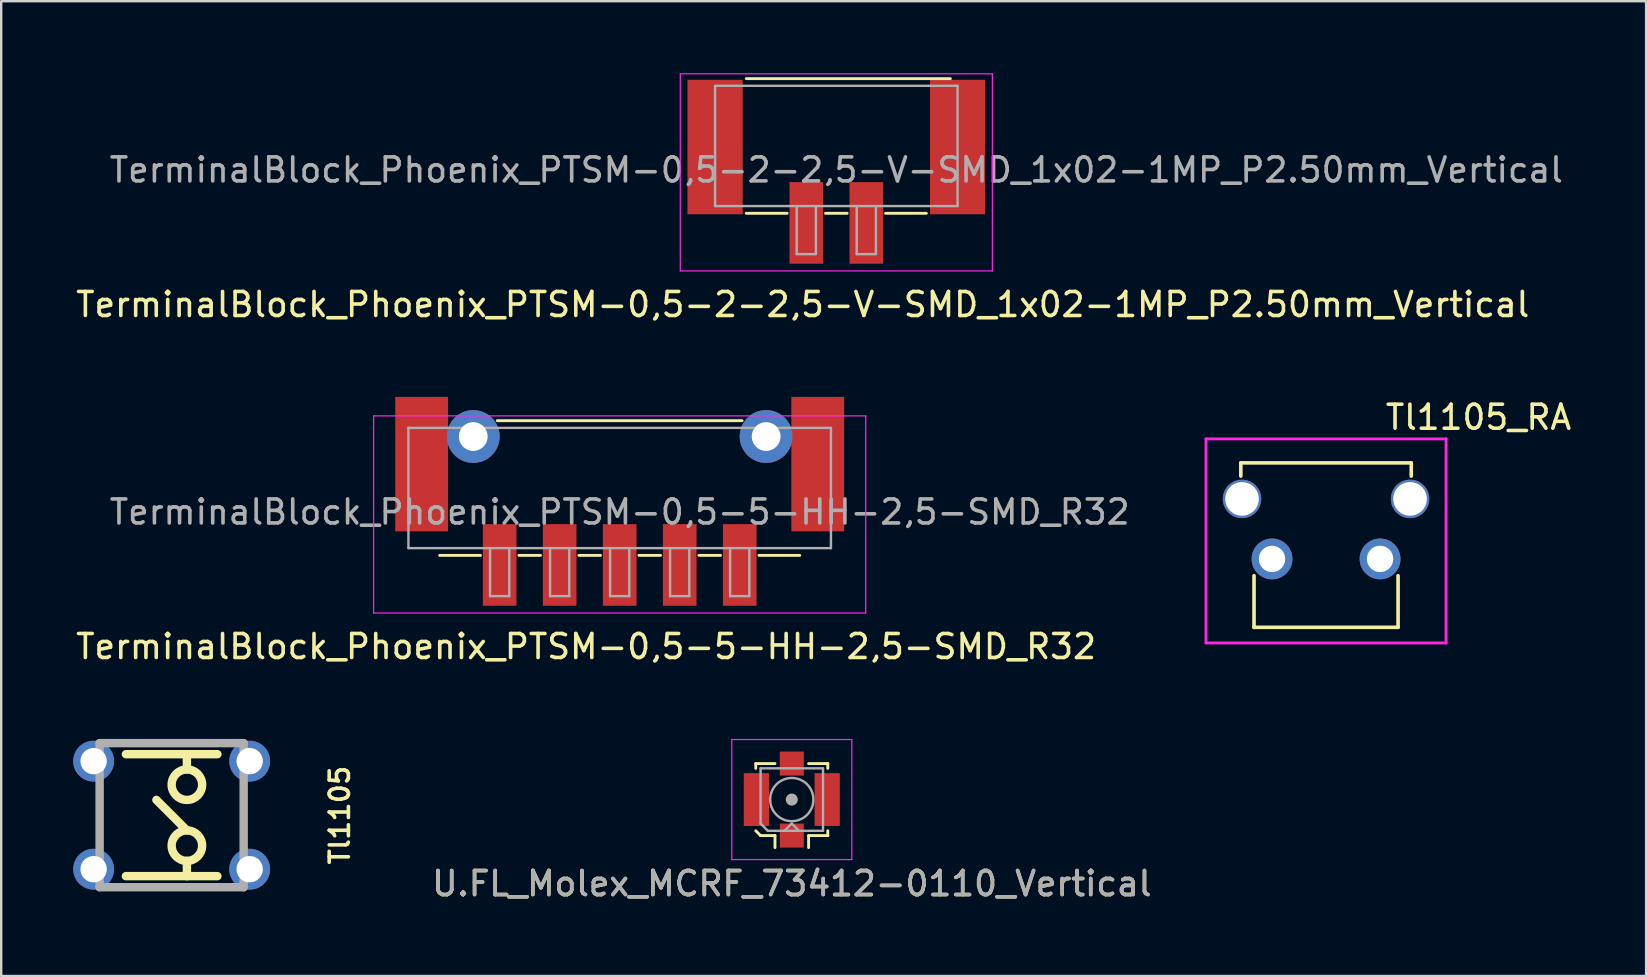
<source format=kicad_pcb>
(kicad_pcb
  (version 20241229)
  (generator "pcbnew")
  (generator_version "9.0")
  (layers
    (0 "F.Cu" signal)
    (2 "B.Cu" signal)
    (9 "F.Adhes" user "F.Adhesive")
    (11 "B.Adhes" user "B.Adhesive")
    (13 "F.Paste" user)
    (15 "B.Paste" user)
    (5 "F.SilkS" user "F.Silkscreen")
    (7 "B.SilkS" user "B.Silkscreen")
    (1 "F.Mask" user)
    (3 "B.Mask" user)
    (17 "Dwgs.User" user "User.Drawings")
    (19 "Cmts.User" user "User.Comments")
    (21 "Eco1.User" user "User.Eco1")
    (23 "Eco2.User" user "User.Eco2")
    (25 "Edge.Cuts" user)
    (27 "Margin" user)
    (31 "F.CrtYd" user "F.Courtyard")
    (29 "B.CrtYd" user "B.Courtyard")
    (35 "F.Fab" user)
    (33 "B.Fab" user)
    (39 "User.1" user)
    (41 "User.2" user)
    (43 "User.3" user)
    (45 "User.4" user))
  (footprint "TerminalBlock_Phoenix_PTSM-0,5-2-2,5-V-SMD_1x02-1MP_P2.50mm_Vertical"
    (layer "F.Cu")
    (at 31.787 4.105)
    (property "Reference" "TerminalBlock_Phoenix_PTSM-0,5-2-2,5-V-SMD_1x02-1MP_P2.50mm_Vertical" (at -1.4 5.53 0) (layer "F.SilkS") (effects (font (size 1 1) (thickness 0.15))))
    (attr smd)
    (fp_line (start -3.75 -3.88) (end 4.75 -3.88) (stroke (width 0.12) (type solid)) (layer "F.SilkS"))
    (fp_line (start -2.05 1.73) (end -3.75 1.73) (stroke (width 0.12) (type solid)) (layer "F.SilkS"))
    (fp_line (start 0.45 1.73) (end -0.45 1.73) (stroke (width 0.12) (type solid)) (layer "F.SilkS"))
    (fp_line (start 3.75 1.73) (end 2.05 1.73) (stroke (width 0.12) (type solid)) (layer "F.SilkS"))
    (fp_line (start -6.5 -4.08) (end 6.5 -4.08) (stroke (width 0.05) (type solid)) (layer "F.CrtYd"))
    (fp_line (start -6.5 4.13) (end -6.5 -4.08) (stroke (width 0.05) (type solid)) (layer "F.CrtYd"))
    (fp_line (start 6.5 -4.08) (end 6.5 4.13) (stroke (width 0.05) (type solid)) (layer "F.CrtYd"))
    (fp_line (start 6.5 4.13) (end -6.5 4.13) (stroke (width 0.05) (type solid)) (layer "F.CrtYd"))
    (fp_line (start -5.05 -3.58) (end 5.05 -3.58) (stroke (width 0.1) (type solid)) (layer "F.Fab"))
    (fp_line (start -5.05 1.43) (end -5.05 -3.58) (stroke (width 0.1) (type solid)) (layer "F.Fab"))
    (fp_line (start -1.65 1.43) (end -1.65 3.43) (stroke (width 0.1) (type solid)) (layer "F.Fab"))
    (fp_line (start -1.65 3.43) (end -0.85 3.43) (stroke (width 0.1) (type solid)) (layer "F.Fab"))
    (fp_line (start -0.85 1.43) (end -0.85 3.43) (stroke (width 0.1) (type solid)) (layer "F.Fab"))
    (fp_line (start 0.85 1.43) (end 0.85 3.43) (stroke (width 0.1) (type solid)) (layer "F.Fab"))
    (fp_line (start 0.85 3.43) (end 1.65 3.43) (stroke (width 0.1) (type solid)) (layer "F.Fab"))
    (fp_line (start 1.65 1.43) (end 1.65 3.43) (stroke (width 0.1) (type solid)) (layer "F.Fab"))
    (fp_line (start 5.05 1.43) (end -5.05 1.43) (stroke (width 0.1) (type solid)) (layer "F.Fab"))
    (fp_line (start 5.05 1.43) (end 5.05 -3.58) (stroke (width 0.1) (type solid)) (layer "F.Fab"))
    (fp_text user "${REFERENCE}" (at 0 -0.075 0) (layer "F.Fab") (effects (font (size 1 1) (thickness 0.15))))
    (pad "1" smd rect (at -1.25 2.13 180) (size 1.4 3.4) (layers "F.Cu" "F.Mask" "F.Paste"))
    (pad "2" smd rect (at 1.25 2.13 180) (size 1.4 3.4) (layers "F.Cu" "F.Mask" "F.Paste"))
    (pad "MP" smd rect (at -5.05 -1.03 180) (size 2.3 5.6) (layers "F.Cu" "F.Mask" "F.Paste"))
    (pad "MP" smd rect (at 5.05 -1.03 180) (size 2.3 5.6) (layers "F.Cu" "F.Mask" "F.Paste")))
  (footprint "Tl1105"
    (layer "F.Cu")
    (at 4.1 30.906)
    (property "Reference" "Tl1105" (at 7 0 90) (layer "F.SilkS") (effects (font (size 0.8 0.8) (thickness 0.15))))
    (attr through_hole)
    (fp_line (start -1.905 -2.54) (end 1.905 -2.54) (stroke (width 0.35) (type solid)) (layer "F.SilkS"))
    (fp_line (start -1.905 2.54) (end 1.905 2.54) (stroke (width 0.35) (type solid)) (layer "F.SilkS"))
    (fp_line (start 0.635 -1.905) (end 0.635 -2.54) (stroke (width 0.35) (type solid)) (layer "F.SilkS"))
    (fp_line (start 0.635 0.635) (end -0.635 -0.635) (stroke (width 0.35) (type solid)) (layer "F.SilkS"))
    (fp_line (start 0.635 1.905) (end 0.635 2.54) (stroke (width 0.35) (type solid)) (layer "F.SilkS"))
    (fp_circle (center 0.635 -1.27) (end 0.635 -0.635) (stroke (width 0.35) (type solid)) (fill no) (layer "F.SilkS"))
    (fp_circle (center 0.635 1.27) (end 0.635 0.635) (stroke (width 0.35) (type solid)) (fill no) (layer "F.SilkS"))
    (fp_line (start -3 -3) (end 3 -3) (stroke (width 0.35) (type solid)) (layer "F.Fab"))
    (fp_line (start -3 3) (end -3 -3) (stroke (width 0.35) (type solid)) (layer "F.Fab"))
    (fp_line (start 3 -3) (end 3 3) (stroke (width 0.35) (type solid)) (layer "F.Fab"))
    (fp_line (start 3 3) (end -3 3) (stroke (width 0.35) (type solid)) (layer "F.Fab"))
    (pad "1" thru_hole circle (at -3.25 2.25 90) (size 1.7 1.7) (drill 1.1) (layers "*.Cu" "*.Mask"))
    (pad "2" thru_hole circle (at 3.25 2.25 90) (size 1.7 1.7) (drill 1.1) (layers "*.Cu" "*.Mask"))
    (pad "3" thru_hole circle (at -3.25 -2.25 90) (size 1.7 1.7) (drill 1.1) (layers "*.Cu" "*.Mask"))
    (pad "4" thru_hole circle (at 3.25 -2.25 90) (size 1.7 1.7) (drill 1.1) (layers "*.Cu" "*.Mask")))
  (footprint "U.FL_Molex_MCRF_73412-0110_Vertical"
    (layer "F.Cu")
    (at 29.932 30.256)
    (property "Reference" "U.FL_Molex_MCRF_73412-0110_Vertical" (at 0 3.5 0) (layer "F.SilkS") (effects (font (size 1 1) (thickness 0.15))))
    (attr smd)
    (fp_line (start -1.5 -1.5) (end -0.7 -1.5) (stroke (width 0.12) (type solid)) (layer "F.SilkS"))
    (fp_line (start -1.5 -1.3) (end -1.5 -1.5) (stroke (width 0.12) (type solid)) (layer "F.SilkS"))
    (fp_line (start -1.3 1.5) (end -1.5 1.3) (stroke (width 0.12) (type solid)) (layer "F.SilkS"))
    (fp_line (start -0.7 1.5) (end -1.3 1.5) (stroke (width 0.12) (type solid)) (layer "F.SilkS"))
    (fp_line (start -0.7 1.5) (end -0.7 2) (stroke (width 0.12) (type solid)) (layer "F.SilkS"))
    (fp_line (start 0.7 -1.5) (end 1.5 -1.5) (stroke (width 0.12) (type solid)) (layer "F.SilkS"))
    (fp_line (start 0.7 1.5) (end 0.7 2) (stroke (width 0.12) (type solid)) (layer "F.SilkS"))
    (fp_line (start 1.5 -1.5) (end 1.5 -1.3) (stroke (width 0.12) (type solid)) (layer "F.SilkS"))
    (fp_line (start 1.5 1.3) (end 1.5 1.5) (stroke (width 0.12) (type solid)) (layer "F.SilkS"))
    (fp_line (start 1.5 1.5) (end 0.7 1.5) (stroke (width 0.12) (type solid)) (layer "F.SilkS"))
    (fp_line (start -2.5 -2.5) (end -2.5 2.5) (stroke (width 0.05) (type solid)) (layer "F.CrtYd"))
    (fp_line (start -2.5 2.5) (end 2.5 2.5) (stroke (width 0.05) (type solid)) (layer "F.CrtYd"))
    (fp_line (start 2.5 -2.5) (end -2.5 -2.5) (stroke (width 0.05) (type solid)) (layer "F.CrtYd"))
    (fp_line (start 2.5 2.5) (end 2.5 -2.5) (stroke (width 0.05) (type solid)) (layer "F.CrtYd"))
    (fp_line (start -1.3 -1.3) (end -1.3 1) (stroke (width 0.1) (type solid)) (layer "F.Fab"))
    (fp_line (start -1.3 -1.3) (end 1.3 -1.3) (stroke (width 0.1) (type solid)) (layer "F.Fab"))
    (fp_line (start -1.3 1) (end -1 1.3) (stroke (width 0.1) (type solid)) (layer "F.Fab"))
    (fp_line (start -1 1.3) (end 1.3 1.3) (stroke (width 0.1) (type solid)) (layer "F.Fab"))
    (fp_line (start -0.3 1.3) (end 0 1) (stroke (width 0.1) (type solid)) (layer "F.Fab"))
    (fp_line (start 0 1) (end 0.3 1.3) (stroke (width 0.1) (type solid)) (layer "F.Fab"))
    (fp_line (start 1.3 -1.3) (end 1.3 1.3) (stroke (width 0.1) (type solid)) (layer "F.Fab"))
    (fp_circle (center 0 0) (end 0 0.05) (stroke (width 0.1) (type solid)) (fill no) (layer "F.Fab"))
    (fp_circle (center 0 0) (end 0 0.125) (stroke (width 0.1) (type solid)) (fill no) (layer "F.Fab"))
    (fp_circle (center 0 0) (end 0 0.2) (stroke (width 0.1) (type solid)) (fill no) (layer "F.Fab"))
    (fp_circle (center 0 0) (end 0.9 0) (stroke (width 0.1) (type solid)) (fill no) (layer "F.Fab"))
    (fp_text user "${REFERENCE}" (at 0 3.5 0) (layer "F.Fab") (effects (font (size 1 1) (thickness 0.15))))
    (pad "1" smd rect (at 0 1.5) (size 1 1) (layers "F.Cu" "F.Mask" "F.Paste"))
    (pad "2" smd rect (at -1.475 0) (size 1.05 2.2) (layers "F.Cu" "F.Mask" "F.Paste"))
    (pad "2" smd rect (at 0 -1.5) (size 1 1) (layers "F.Cu" "F.Mask" "F.Paste"))
    (pad "2" smd rect (at 1.475 0) (size 1.05 2.2) (layers "F.Cu" "F.Mask" "F.Paste")))
  (footprint "Tl1105_RA"
    (layer "F.Cu")
    (at 52.186 20.232)
    (property "Reference" "Tl1105_RA" (at 6.35 -5.9 0) (layer "F.SilkS") (effects (font (size 1 1) (thickness 0.15))))
    (attr through_hole)
    (fp_line (start -3.55 -4) (end -3.55 -3.45) (stroke (width 0.15) (type solid)) (layer "F.SilkS"))
    (fp_line (start -3 2.85) (end -3 0.7) (stroke (width 0.15) (type solid)) (layer "F.SilkS"))
    (fp_line (start -3 2.85) (end 3 2.85) (stroke (width 0.15) (type solid)) (layer "F.SilkS"))
    (fp_line (start 3 2.85) (end 3 0.7) (stroke (width 0.15) (type solid)) (layer "F.SilkS"))
    (fp_line (start 3.55 -4) (end -3.55 -4) (stroke (width 0.15) (type solid)) (layer "F.SilkS"))
    (fp_line (start 3.55 -4) (end 3.55 -3.45) (stroke (width 0.15) (type solid)) (layer "F.SilkS"))
    (fp_line (start -5 -5) (end -5 3.5) (stroke (width 0.12) (type solid)) (layer "F.CrtYd"))
    (fp_line (start -5 -5) (end 5 -5) (stroke (width 0.12) (type solid)) (layer "F.CrtYd"))
    (fp_line (start -5 3.5) (end 5 3.5) (stroke (width 0.12) (type solid)) (layer "F.CrtYd"))
    (fp_line (start 5 -5) (end 5 3.5) (stroke (width 0.12) (type solid)) (layer "F.CrtYd"))
    (pad "" thru_hole circle (at -3.5 -2.5 90) (size 1.6 1.6) (drill 1.4) (layers "*.Cu" "*.Mask"))
    (pad "" thru_hole circle (at 3.5 -2.5 90) (size 1.6 1.6) (drill 1.4) (layers "*.Cu" "*.Mask"))
    (pad "1" thru_hole circle (at -2.25 0 90) (size 1.7 1.7) (drill 1.1) (layers "*.Cu" "*.Mask"))
    (pad "2" thru_hole circle (at 2.25 0 90) (size 1.7 1.7) (drill 1.1) (layers "*.Cu" "*.Mask")))
  (footprint "TerminalBlock_Phoenix_PTSM-0,5-5-HH-2,5-SMD_R32"
    (layer "F.Cu")
    (at 22.763 18.353)
    (property "Reference" "TerminalBlock_Phoenix_PTSM-0,5-5-HH-2,5-SMD_R32" (at -1.4 5.53 0) (layer "F.SilkS") (effects (font (size 1 1) (thickness 0.15))))
    (attr smd)
    (fp_line (start -5.8 1.73) (end -7.5 1.73) (stroke (width 0.12) (type solid)) (layer "F.SilkS"))
    (fp_line (start -5.1 -3.88) (end 5.1 -3.88) (stroke (width 0.12) (type solid)) (layer "F.SilkS"))
    (fp_line (start -3.3 1.73) (end -4.2 1.73) (stroke (width 0.12) (type solid)) (layer "F.SilkS"))
    (fp_line (start -0.8 1.73) (end -1.7 1.73) (stroke (width 0.12) (type solid)) (layer "F.SilkS"))
    (fp_line (start 1.7 1.73) (end 0.8 1.73) (stroke (width 0.12) (type solid)) (layer "F.SilkS"))
    (fp_line (start 4.2 1.73) (end 3.3 1.73) (stroke (width 0.12) (type solid)) (layer "F.SilkS"))
    (fp_line (start 7.5 1.73) (end 5.8 1.73) (stroke (width 0.12) (type solid)) (layer "F.SilkS"))
    (fp_line (start -10.25 -4.08) (end 10.25 -4.08) (stroke (width 0.05) (type solid)) (layer "F.CrtYd"))
    (fp_line (start -10.25 4.13) (end -10.25 -4.08) (stroke (width 0.05) (type solid)) (layer "F.CrtYd"))
    (fp_line (start 10.25 -4.08) (end 10.25 4.13) (stroke (width 0.05) (type solid)) (layer "F.CrtYd"))
    (fp_line (start 10.25 4.13) (end -10.25 4.13) (stroke (width 0.05) (type solid)) (layer "F.CrtYd"))
    (fp_line (start -8.8 -3.58) (end 8.8 -3.58) (stroke (width 0.1) (type solid)) (layer "F.Fab"))
    (fp_line (start -8.8 1.43) (end -8.8 -3.58) (stroke (width 0.1) (type solid)) (layer "F.Fab"))
    (fp_line (start -5.4 1.43) (end -5.4 3.43) (stroke (width 0.1) (type solid)) (layer "F.Fab"))
    (fp_line (start -5.4 3.43) (end -4.6 3.43) (stroke (width 0.1) (type solid)) (layer "F.Fab"))
    (fp_line (start -4.6 1.43) (end -4.6 3.43) (stroke (width 0.1) (type solid)) (layer "F.Fab"))
    (fp_line (start -2.9 1.43) (end -2.9 3.43) (stroke (width 0.1) (type solid)) (layer "F.Fab"))
    (fp_line (start -2.9 3.43) (end -2.1 3.43) (stroke (width 0.1) (type solid)) (layer "F.Fab"))
    (fp_line (start -2.1 1.43) (end -2.1 3.43) (stroke (width 0.1) (type solid)) (layer "F.Fab"))
    (fp_line (start -0.4 1.43) (end -0.4 3.43) (stroke (width 0.1) (type solid)) (layer "F.Fab"))
    (fp_line (start -0.4 3.43) (end 0.4 3.43) (stroke (width 0.1) (type solid)) (layer "F.Fab"))
    (fp_line (start 0.4 1.43) (end 0.4 3.43) (stroke (width 0.1) (type solid)) (layer "F.Fab"))
    (fp_line (start 2.1 1.43) (end 2.1 3.43) (stroke (width 0.1) (type solid)) (layer "F.Fab"))
    (fp_line (start 2.1 3.43) (end 2.9 3.43) (stroke (width 0.1) (type solid)) (layer "F.Fab"))
    (fp_line (start 2.9 1.43) (end 2.9 3.43) (stroke (width 0.1) (type solid)) (layer "F.Fab"))
    (fp_line (start 4.6 1.43) (end 4.6 3.43) (stroke (width 0.1) (type solid)) (layer "F.Fab"))
    (fp_line (start 4.6 3.43) (end 5.4 3.43) (stroke (width 0.1) (type solid)) (layer "F.Fab"))
    (fp_line (start 5.4 1.43) (end 5.4 3.43) (stroke (width 0.1) (type solid)) (layer "F.Fab"))
    (fp_line (start 8.8 1.43) (end -8.8 1.43) (stroke (width 0.1) (type solid)) (layer "F.Fab"))
    (fp_line (start 8.8 1.43) (end 8.8 -3.58) (stroke (width 0.1) (type solid)) (layer "F.Fab"))
    (fp_text user "${REFERENCE}" (at 0 -0.075 0) (layer "F.Fab") (effects (font (size 1 1) (thickness 0.15))))
    (pad "" np_thru_hole circle (at -6.1 -3.22 180) (size 2.2 2.2) (drill 1.2) (layers "*.Cu" "*.Mask"))
    (pad "" np_thru_hole circle (at 6.1 -3.22 180) (size 2.2 2.2) (drill 1.2) (layers "*.Cu" "*.Mask"))
    (pad "1" smd rect (at -5 2.13 180) (size 1.4 3.4) (layers "F.Cu" "F.Mask" "F.Paste"))
    (pad "2" smd rect (at -2.5 2.13 180) (size 1.4 3.4) (layers "F.Cu" "F.Mask" "F.Paste"))
    (pad "3" smd rect (at 0 2.13 180) (size 1.4 3.4) (layers "F.Cu" "F.Mask" "F.Paste"))
    (pad "4" smd rect (at 2.5 2.13 180) (size 1.4 3.4) (layers "F.Cu" "F.Mask" "F.Paste"))
    (pad "5" smd rect (at 5 2.13 180) (size 1.4 3.4) (layers "F.Cu" "F.Mask" "F.Paste"))
    (pad "MP" smd rect (at -8.25 -2.07 180) (size 2.2 5.6) (layers "F.Cu" "F.Mask" "F.Paste"))
    (pad "MP" smd rect (at 8.25 -2.07 180) (size 2.2 5.6) (layers "F.Cu" "F.Mask" "F.Paste")))
  (gr_rect
    (start -3 -3)
    (end 65.518 37.605)
    (stroke (width 0.1) (type default))
    (fill no)
    (layer "Edge.Cuts")))
</source>
